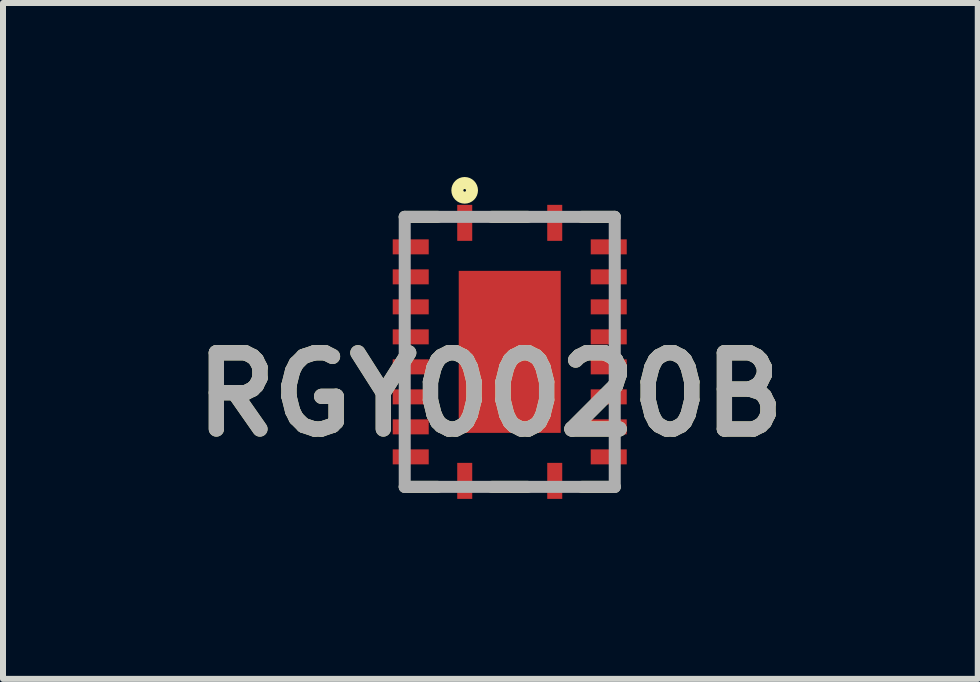
<source format=kicad_pcb>
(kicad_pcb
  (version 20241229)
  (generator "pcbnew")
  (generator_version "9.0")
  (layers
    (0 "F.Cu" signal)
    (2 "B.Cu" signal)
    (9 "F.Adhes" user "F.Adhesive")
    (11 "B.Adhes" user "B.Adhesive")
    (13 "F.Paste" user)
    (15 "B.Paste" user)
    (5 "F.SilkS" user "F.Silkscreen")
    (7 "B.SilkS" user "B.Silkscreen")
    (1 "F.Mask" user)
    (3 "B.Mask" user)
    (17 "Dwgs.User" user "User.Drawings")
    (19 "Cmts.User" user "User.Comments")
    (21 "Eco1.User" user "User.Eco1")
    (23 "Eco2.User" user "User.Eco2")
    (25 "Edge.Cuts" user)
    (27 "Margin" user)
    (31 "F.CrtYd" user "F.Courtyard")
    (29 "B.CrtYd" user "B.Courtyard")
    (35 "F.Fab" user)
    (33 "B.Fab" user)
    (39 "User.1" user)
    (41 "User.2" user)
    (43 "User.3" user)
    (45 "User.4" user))
  (footprint "RGY0020B"
    (layer "F.Cu")
    (at 5.445 2.814)
    (property "Reference" "RGY0020B" (at -0.323 0.711 0) (layer "F.SilkS") (effects (font (size 1.27 1.27) (thickness 0.254))))
    (attr smd)
    (fp_line (start -1.75 -2.25) (end -1.2 -2.25) (stroke (width 0.2) (type solid)) (layer "F.SilkS"))
    (fp_line (start -1.75 2.25) (end -1.2 2.25) (stroke (width 0.2) (type solid)) (layer "F.SilkS"))
    (fp_line (start -0.3 -2.25) (end 0.3 -2.25) (stroke (width 0.2) (type solid)) (layer "F.SilkS"))
    (fp_line (start -0.3 2.25) (end 0.3 2.25) (stroke (width 0.2) (type solid)) (layer "F.SilkS"))
    (fp_line (start 1.75 -2.25) (end 1.2 -2.25) (stroke (width 0.2) (type solid)) (layer "F.SilkS"))
    (fp_line (start 1.75 2.25) (end 1.2 2.25) (stroke (width 0.2) (type solid)) (layer "F.SilkS"))
    (fp_circle (center -0.751 -2.692) (end -0.751 -2.67) (stroke (width 0.2) (type solid)) (fill no) (layer "F.SilkS"))
    (fp_line (start -1.75 -2.25) (end 1.75 -2.25) (stroke (width 0.2) (type solid)) (layer "F.Fab"))
    (fp_line (start -1.75 2.25) (end -1.75 -2.25) (stroke (width 0.2) (type solid)) (layer "F.Fab"))
    (fp_line (start 1.75 -2.25) (end 1.75 2.25) (stroke (width 0.2) (type solid)) (layer "F.Fab"))
    (fp_line (start 1.75 2.25) (end -1.75 2.25) (stroke (width 0.2) (type solid)) (layer "F.Fab"))
    (fp_text user "${REFERENCE}" (at -0.323 0.711 0) (layer "F.Fab") (effects (font (size 1.27 1.27) (thickness 0.254))))
    (pad "1" smd rect (at -0.75 -2.15) (size 0.25 0.6) (layers "F.Cu" "F.Mask" "F.Paste"))
    (pad "2" smd rect (at -1.65 -1.75 90) (size 0.25 0.6) (layers "F.Cu" "F.Mask" "F.Paste"))
    (pad "3" smd rect (at -1.65 -1.25 90) (size 0.25 0.6) (layers "F.Cu" "F.Mask" "F.Paste"))
    (pad "4" smd rect (at -1.65 -0.75 90) (size 0.25 0.6) (layers "F.Cu" "F.Mask" "F.Paste"))
    (pad "5" smd rect (at -1.65 -0.25 90) (size 0.25 0.6) (layers "F.Cu" "F.Mask" "F.Paste"))
    (pad "6" smd rect (at -1.65 0.25 90) (size 0.25 0.6) (layers "F.Cu" "F.Mask" "F.Paste"))
    (pad "7" smd rect (at -1.65 0.75 90) (size 0.25 0.6) (layers "F.Cu" "F.Mask" "F.Paste"))
    (pad "8" smd rect (at -1.65 1.25 90) (size 0.25 0.6) (layers "F.Cu" "F.Mask" "F.Paste"))
    (pad "9" smd rect (at -1.65 1.75 90) (size 0.25 0.6) (layers "F.Cu" "F.Mask" "F.Paste"))
    (pad "10" smd rect (at -0.75 2.15) (size 0.25 0.6) (layers "F.Cu" "F.Mask" "F.Paste"))
    (pad "11" smd rect (at 0.75 2.15) (size 0.25 0.6) (layers "F.Cu" "F.Mask" "F.Paste"))
    (pad "12" smd rect (at 1.65 1.75 90) (size 0.25 0.6) (layers "F.Cu" "F.Mask" "F.Paste"))
    (pad "13" smd rect (at 1.65 1.25 90) (size 0.25 0.6) (layers "F.Cu" "F.Mask" "F.Paste"))
    (pad "14" smd rect (at 1.65 0.75 90) (size 0.25 0.6) (layers "F.Cu" "F.Mask" "F.Paste"))
    (pad "15" smd rect (at 1.65 0.25 90) (size 0.25 0.6) (layers "F.Cu" "F.Mask" "F.Paste"))
    (pad "16" smd rect (at 1.65 -0.25 90) (size 0.25 0.6) (layers "F.Cu" "F.Mask" "F.Paste"))
    (pad "17" smd rect (at 1.65 -0.75 90) (size 0.25 0.6) (layers "F.Cu" "F.Mask" "F.Paste"))
    (pad "18" smd rect (at 1.65 -1.25 90) (size 0.25 0.6) (layers "F.Cu" "F.Mask" "F.Paste"))
    (pad "19" smd rect (at 1.65 -1.75 90) (size 0.25 0.6) (layers "F.Cu" "F.Mask" "F.Paste"))
    (pad "20" smd rect (at 0.75 -2.15) (size 0.25 0.6) (layers "F.Cu" "F.Mask" "F.Paste"))
    (pad "21" smd rect (at 0 0) (size 1.7 2.7) (layers "F.Cu" "F.Mask" "F.Paste")))
  (gr_rect
    (start -3 -3)
    (end 13.245 8.264)
    (stroke (width 0.1) (type default))
    (fill no)
    (layer "Edge.Cuts")))
</source>
